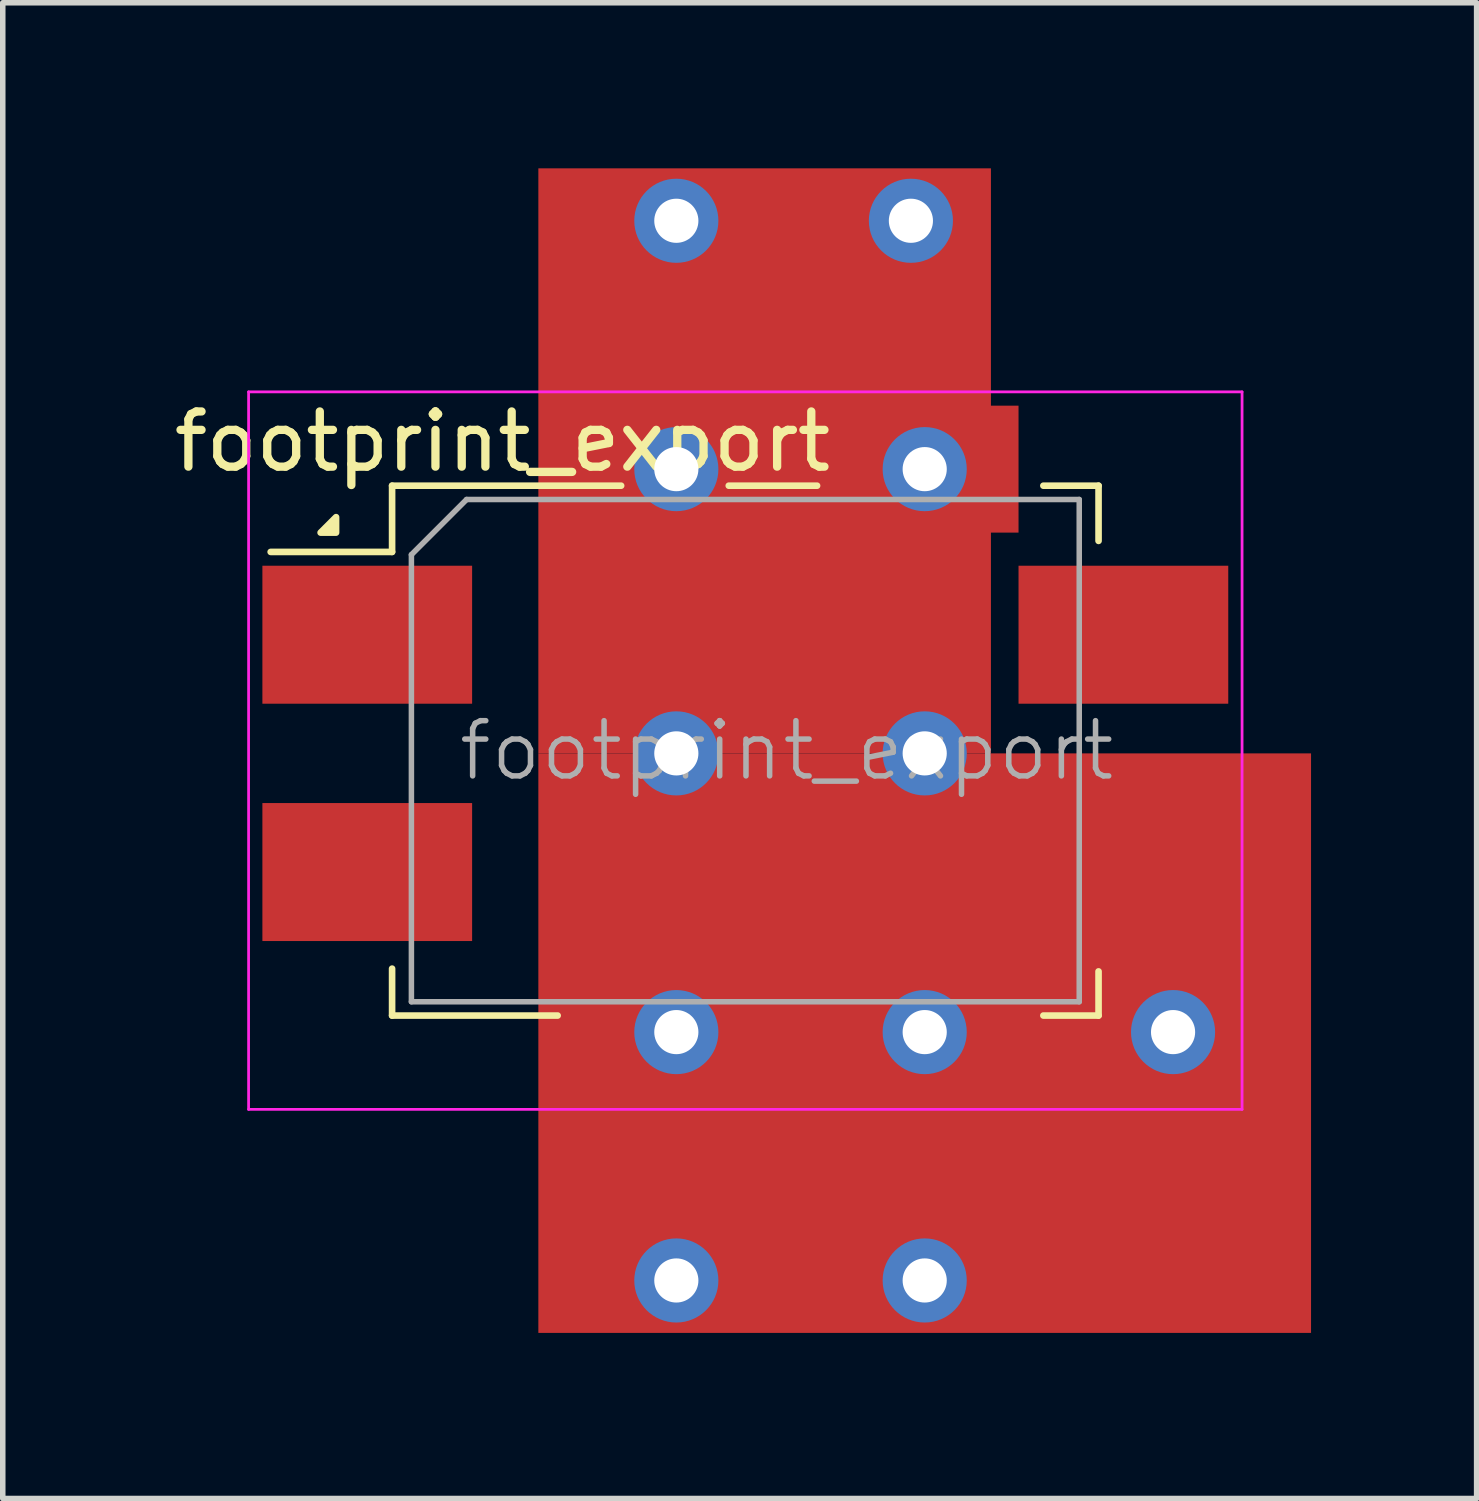
<source format=kicad_pcb>
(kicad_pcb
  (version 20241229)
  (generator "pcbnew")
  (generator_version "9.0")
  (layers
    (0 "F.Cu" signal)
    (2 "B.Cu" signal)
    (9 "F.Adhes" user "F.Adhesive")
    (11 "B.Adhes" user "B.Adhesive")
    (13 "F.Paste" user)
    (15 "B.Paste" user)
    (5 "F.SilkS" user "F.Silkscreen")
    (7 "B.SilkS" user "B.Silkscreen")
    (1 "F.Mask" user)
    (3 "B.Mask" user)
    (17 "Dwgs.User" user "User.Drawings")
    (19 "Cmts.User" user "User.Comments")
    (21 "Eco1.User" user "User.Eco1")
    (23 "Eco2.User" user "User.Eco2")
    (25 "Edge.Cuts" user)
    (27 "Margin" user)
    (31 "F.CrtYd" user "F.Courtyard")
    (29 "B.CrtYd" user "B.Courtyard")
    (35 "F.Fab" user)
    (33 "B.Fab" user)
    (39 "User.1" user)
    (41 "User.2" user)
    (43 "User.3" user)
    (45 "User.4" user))
  (footprint "footprint_export"
    (layer "F.Cu")
    (at 10.454 10.6)
    (property "Reference" "footprint_export" (at -4.4 -5.65 180) (layer "F.SilkS") (effects (font (size 1 1) (thickness 0.15))))
    (attr smd)
    (fp_line (start -6.4 -3.65) (end -8.6 -3.65) (stroke (width 0.12) (type solid)) (layer "F.SilkS"))
    (fp_line (start -6.4 -3.65) (end -6.4 -4.85) (stroke (width 0.12) (type solid)) (layer "F.SilkS"))
    (fp_line (start -6.4 4.75) (end -6.4 3.9) (stroke (width 0.12) (type solid)) (layer "F.SilkS"))
    (fp_line (start -3.4 4.75) (end -6.4 4.75) (stroke (width 0.12) (type solid)) (layer "F.SilkS"))
    (fp_line (start -2.25 -4.85) (end -6.4 -4.85) (stroke (width 0.12) (type solid)) (layer "F.SilkS"))
    (fp_line (start 1.3 -4.85) (end -0.3 -4.85) (stroke (width 0.12) (type solid)) (layer "F.SilkS"))
    (fp_line (start 5.4 4.75) (end 6.4 4.75) (stroke (width 0.12) (type solid)) (layer "F.SilkS"))
    (fp_line (start 6.4 -4.85) (end 5.4 -4.85) (stroke (width 0.12) (type solid)) (layer "F.SilkS"))
    (fp_line (start 6.4 -3.85) (end 6.4 -4.85) (stroke (width 0.12) (type solid)) (layer "F.SilkS"))
    (fp_line (start 6.4 4.75) (end 6.4 3.95) (stroke (width 0.12) (type solid)) (layer "F.SilkS"))
    (fp_poly (pts (xy -7.415 -4) (xy -7.695 -4) (xy -7.415 -4.28) (xy -7.415 -4)) (stroke (width 0.12) (type solid)) (fill yes) (layer "F.SilkS"))
    (fp_line (start -9 -6.55) (end -9 6.45) (stroke (width 0.05) (type solid)) (layer "F.CrtYd"))
    (fp_line (start -9 -6.55) (end 9 -6.55) (stroke (width 0.05) (type solid)) (layer "F.CrtYd"))
    (fp_line (start 9 6.45) (end -9 6.45) (stroke (width 0.05) (type solid)) (layer "F.CrtYd"))
    (fp_line (start 9 6.45) (end 9 -6.55) (stroke (width 0.05) (type solid)) (layer "F.CrtYd"))
    (fp_line (start -6.05 4.5) (end -6.05 -3.6) (stroke (width 0.1) (type solid)) (layer "F.Fab"))
    (fp_line (start -5.05 -4.6) (end -6.05 -3.6) (stroke (width 0.1) (type solid)) (layer "F.Fab"))
    (fp_line (start -5.05 -4.6) (end 6.05 -4.6) (stroke (width 0.1) (type solid)) (layer "F.Fab"))
    (fp_line (start 6.05 -4.6) (end 6.05 4.5) (stroke (width 0.1) (type solid)) (layer "F.Fab"))
    (fp_line (start 6.05 4.5) (end -6.05 4.5) (stroke (width 0.1) (type solid)) (layer "F.Fab"))
    (fp_text user "${REFERENCE}" (at 0.75 -0.05 0) (layer "F.Fab") (effects (font (size 1 1) (thickness 0.1))))
    (pad "1" smd rect (at -6.85 -2.15) (size 3.8 2.5) (layers "F.Cu" "F.Mask" "F.Paste"))
    (pad "2" smd rect (at 6.85 -2.15) (size 3.8 2.5) (layers "F.Cu" "F.Mask" "F.Paste"))
    (pad "3" smd rect (at -6.85 2.15) (size 3.8 2.5) (layers "F.Cu" "F.Mask" "F.Paste"))
    (pad "4" thru_hole circle (at -1.25 -9.65) (size 1.524 1.524) (drill 0.8) (layers "*.Cu"))
    (pad "4" thru_hole circle (at -1.25 -5.15) (size 1.524 1.524) (drill 0.8) (layers "*.Cu"))
    (pad "4" thru_hole circle (at -1.25 0) (size 1.524 1.524) (drill 0.8) (layers "*.Cu"))
    (pad "4" thru_hole circle (at -1.25 5.05) (size 1.524 1.524) (drill 0.8) (layers "*.Cu"))
    (pad "4" thru_hole circle (at -1.25 9.55) (size 1.524 1.524) (drill 0.8) (layers "*.Cu"))
    (pad "4" smd rect (at 0.35 -5.3) (size 8.2 10.6) (layers "F.Cu"))
    (pad "4" smd rect (at 1 5.05) (size 7.9 2.3) (layers "F.Cu" "F.Mask" "F.Paste"))
    (pad "4" thru_hole circle (at 3 -9.65) (size 1.524 1.524) (drill 0.8) (layers "*.Cu"))
    (pad "4" thru_hole circle (at 3.25 -5.15) (size 1.524 1.524) (drill 0.8) (layers "*.Cu"))
    (pad "4" smd rect (at 3.25 -5.15) (size 3.4 2.3) (layers "F.Cu" "F.Mask" "F.Paste"))
    (pad "4" thru_hole circle (at 3.25 0) (size 1.524 1.524) (drill 0.8) (layers "*.Cu"))
    (pad "4" thru_hole circle (at 3.25 5.05) (size 1.524 1.524) (drill 0.8) (layers "*.Cu"))
    (pad "4" smd rect (at 3.25 5.25) (size 14 10.5) (layers "F.Cu"))
    (pad "4" thru_hole circle (at 3.25 9.55) (size 1.524 1.524) (drill 0.8) (layers "*.Cu"))
    (pad "4" smd rect (at 6.85 2.15) (size 3.8 2.5) (layers "F.Cu" "F.Mask" "F.Paste"))
    (pad "4" thru_hole circle (at 7.75 5.05) (size 1.524 1.524) (drill 0.8) (layers "*.Cu")))
  (gr_rect
    (start -3 -3)
    (end 23.704 24.1)
    (stroke (width 0.1) (type default))
    (fill no)
    (layer "Edge.Cuts")))
</source>
